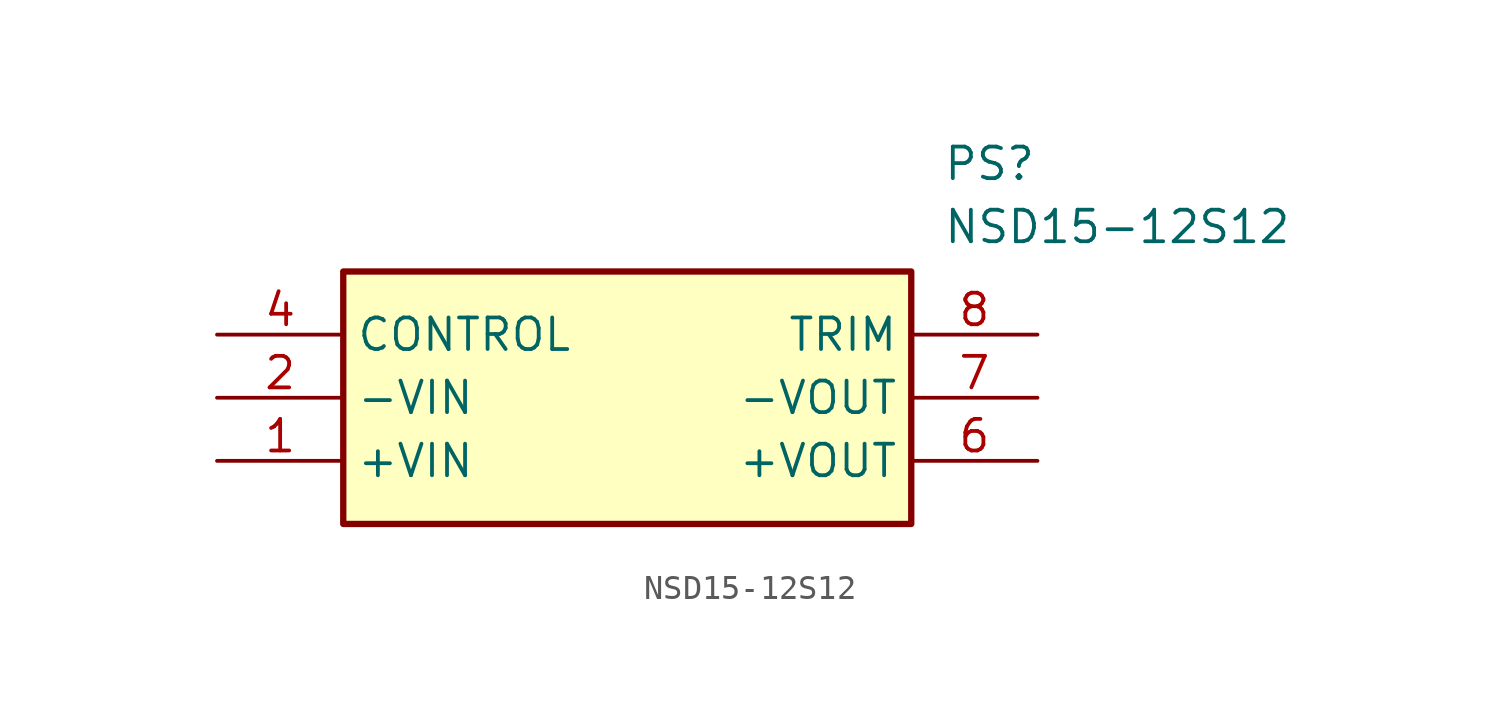
<source format=kicad_sym>
(kicad_symbol_lib
  (version 20211014)
  (generator SamacSys_ECAD_Model)
  (symbol "NSD15-12S12"
    (property "Reference" "PS"
      (at 29.21 7.62 0)
      (effects (font (size 1.27 1.27)) (justify left top)))
    (property "Value" "NSD15-12S12"
      (at 29.21 5.08 0)
      (effects (font (size 1.27 1.27)) (justify left top)))
    (rectangle
      (start 5.08 2.54)
      (end 27.94 -7.62)
      (stroke (width 0.254) (type default))
      (fill (type background)))
    (pin passive line
      (at 0 -5.08 0)
      (length 5.08)
      (name "+VIN" (effects (font (size 1.27 1.27))))
      (number "1" (effects (font (size 1.27 1.27)))))
    (pin passive line
      (at 0 -2.54 0)
      (length 5.08)
      (name "-VIN" (effects (font (size 1.27 1.27))))
      (number "2" (effects (font (size 1.27 1.27)))))
    (pin passive line
      (at 0 0 0)
      (length 5.08)
      (name "CONTROL" (effects (font (size 1.27 1.27))))
      (number "4" (effects (font (size 1.27 1.27)))))
    (pin passive line
      (at 33.02 -5.08 180)
      (length 5.08)
      (name "+VOUT" (effects (font (size 1.27 1.27))))
      (number "6" (effects (font (size 1.27 1.27)))))
    (pin passive line
      (at 33.02 -2.54 180)
      (length 5.08)
      (name "-VOUT" (effects (font (size 1.27 1.27))))
      (number "7" (effects (font (size 1.27 1.27)))))
    (pin passive line
      (at 33.02 0 180)
      (length 5.08)
      (name "TRIM" (effects (font (size 1.27 1.27))))
      (number "8" (effects (font (size 1.27 1.27)))))))
</source>
